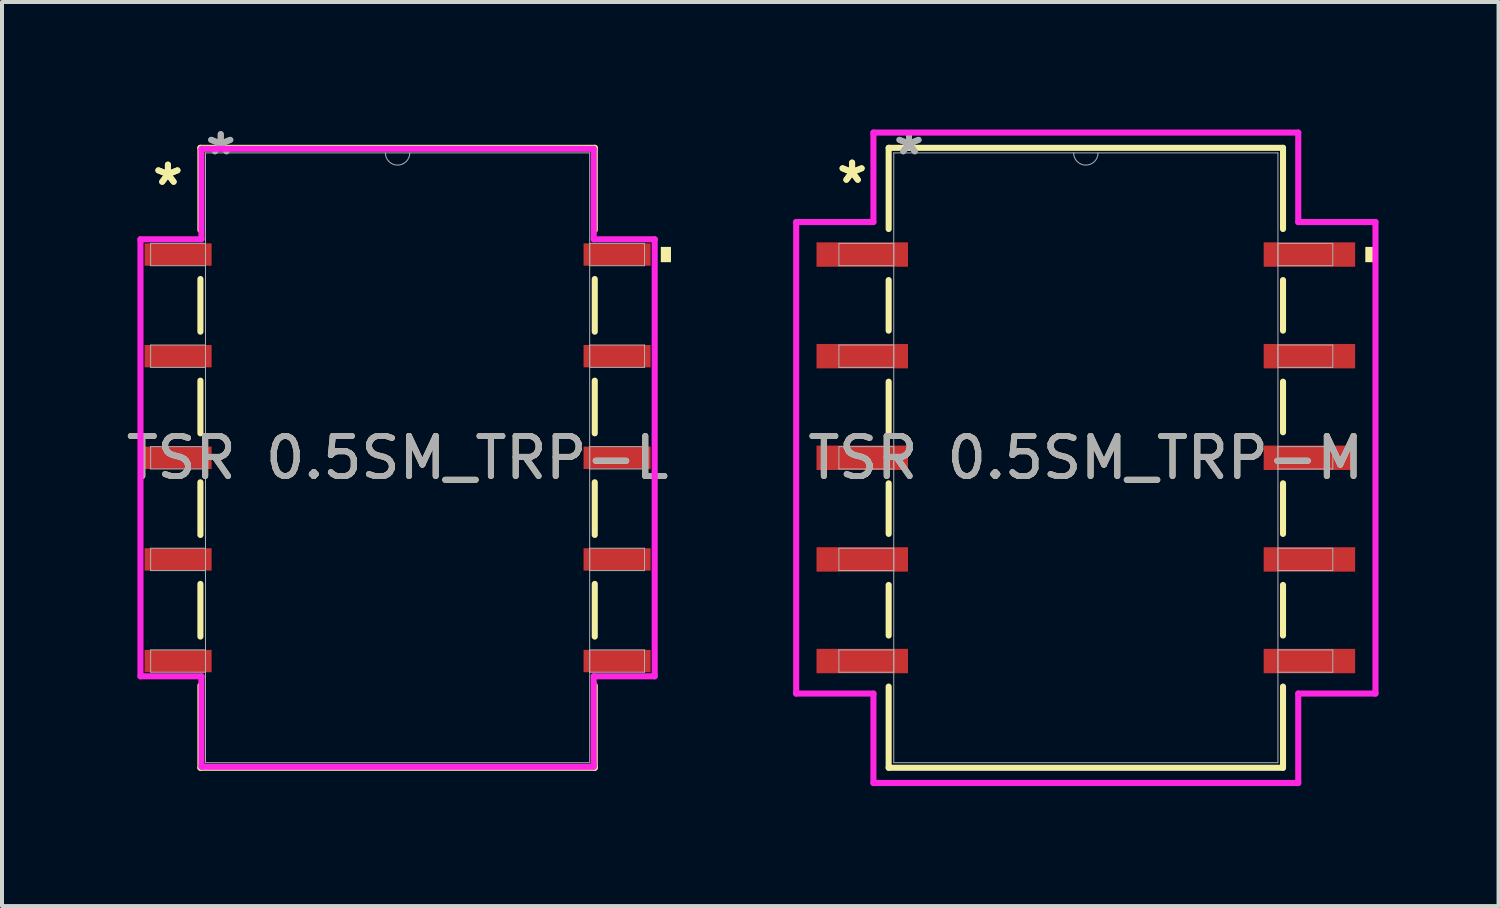
<source format=kicad_pcb>
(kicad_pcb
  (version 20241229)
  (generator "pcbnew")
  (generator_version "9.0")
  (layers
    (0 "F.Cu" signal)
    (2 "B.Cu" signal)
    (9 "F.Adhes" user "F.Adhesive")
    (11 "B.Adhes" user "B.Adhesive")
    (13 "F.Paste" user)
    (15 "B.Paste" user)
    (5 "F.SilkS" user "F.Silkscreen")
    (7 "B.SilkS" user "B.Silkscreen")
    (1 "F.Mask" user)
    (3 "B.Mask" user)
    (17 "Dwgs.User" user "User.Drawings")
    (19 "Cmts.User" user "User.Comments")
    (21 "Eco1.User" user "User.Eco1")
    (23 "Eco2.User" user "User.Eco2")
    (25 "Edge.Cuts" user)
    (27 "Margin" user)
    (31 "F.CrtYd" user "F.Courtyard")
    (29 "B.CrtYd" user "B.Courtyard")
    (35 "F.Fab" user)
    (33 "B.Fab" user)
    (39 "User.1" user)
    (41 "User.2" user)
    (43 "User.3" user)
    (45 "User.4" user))
  (footprint "TSR 0.5SM_TRP-M"
    (layer "F.Cu")
    (at 24.089 8.392)
    (property "Reference" "TSR 0.5SM_TRP-M" (at 0 0 0) (unlocked yes) (layer "F.SilkS") (effects (font (size 1 1) (thickness 0.15))))
    (attr smd)
    (fp_line (start -4.928 -7.747) (end -4.928 -5.718) (stroke (width 0.152) (type solid)) (layer "F.SilkS"))
    (fp_line (start -4.928 -4.442) (end -4.928 -3.178) (stroke (width 0.152) (type solid)) (layer "F.SilkS"))
    (fp_line (start -4.928 -1.902) (end -4.928 -0.638) (stroke (width 0.152) (type solid)) (layer "F.SilkS"))
    (fp_line (start -4.928 0.638) (end -4.928 1.902) (stroke (width 0.152) (type solid)) (layer "F.SilkS"))
    (fp_line (start -4.928 3.178) (end -4.928 4.442) (stroke (width 0.152) (type solid)) (layer "F.SilkS"))
    (fp_line (start -4.928 5.718) (end -4.928 7.747) (stroke (width 0.152) (type solid)) (layer "F.SilkS"))
    (fp_line (start -4.928 7.747) (end 4.928 7.747) (stroke (width 0.152) (type solid)) (layer "F.SilkS"))
    (fp_line (start 4.928 -7.747) (end -4.928 -7.747) (stroke (width 0.152) (type solid)) (layer "F.SilkS"))
    (fp_line (start 4.928 -5.718) (end 4.928 -7.747) (stroke (width 0.152) (type solid)) (layer "F.SilkS"))
    (fp_line (start 4.928 -3.178) (end 4.928 -4.442) (stroke (width 0.152) (type solid)) (layer "F.SilkS"))
    (fp_line (start 4.928 -0.638) (end 4.928 -1.902) (stroke (width 0.152) (type solid)) (layer "F.SilkS"))
    (fp_line (start 4.928 1.902) (end 4.928 0.638) (stroke (width 0.152) (type solid)) (layer "F.SilkS"))
    (fp_line (start 4.928 4.442) (end 4.928 3.178) (stroke (width 0.152) (type solid)) (layer "F.SilkS"))
    (fp_line (start 4.928 7.747) (end 4.928 5.718) (stroke (width 0.152) (type solid)) (layer "F.SilkS"))
    (fp_poly (pts (xy 7.239 -5.271) (xy 7.239 -4.889) (xy 6.985 -4.889) (xy 6.985 -5.271)) (stroke (width 0) (type solid)) (fill yes) (layer "F.SilkS"))
    (fp_line (start -7.239 -5.893) (end -5.309 -5.893) (stroke (width 0.152) (type solid)) (layer "F.CrtYd"))
    (fp_line (start -7.239 5.893) (end -7.239 -5.893) (stroke (width 0.152) (type solid)) (layer "F.CrtYd"))
    (fp_line (start -7.239 5.893) (end -5.309 5.893) (stroke (width 0.152) (type solid)) (layer "F.CrtYd"))
    (fp_line (start -5.309 -8.128) (end 5.309 -8.128) (stroke (width 0.152) (type solid)) (layer "F.CrtYd"))
    (fp_line (start -5.309 -5.893) (end -5.309 -8.128) (stroke (width 0.152) (type solid)) (layer "F.CrtYd"))
    (fp_line (start -5.309 8.128) (end -5.309 5.893) (stroke (width 0.152) (type solid)) (layer "F.CrtYd"))
    (fp_line (start 5.309 -8.128) (end 5.309 -5.893) (stroke (width 0.152) (type solid)) (layer "F.CrtYd"))
    (fp_line (start 5.309 5.893) (end 5.309 8.128) (stroke (width 0.152) (type solid)) (layer "F.CrtYd"))
    (fp_line (start 5.309 8.128) (end -5.309 8.128) (stroke (width 0.152) (type solid)) (layer "F.CrtYd"))
    (fp_line (start 7.239 -5.893) (end 5.309 -5.893) (stroke (width 0.152) (type solid)) (layer "F.CrtYd"))
    (fp_line (start 7.239 -5.893) (end 7.239 5.893) (stroke (width 0.152) (type solid)) (layer "F.CrtYd"))
    (fp_line (start 7.239 5.893) (end 5.309 5.893) (stroke (width 0.152) (type solid)) (layer "F.CrtYd"))
    (fp_line (start -6.172 -5.359) (end -6.172 -4.801) (stroke (width 0.025) (type solid)) (layer "F.Fab"))
    (fp_line (start -6.172 -4.801) (end -4.801 -4.801) (stroke (width 0.025) (type solid)) (layer "F.Fab"))
    (fp_line (start -6.172 -2.819) (end -6.172 -2.261) (stroke (width 0.025) (type solid)) (layer "F.Fab"))
    (fp_line (start -6.172 -2.261) (end -4.801 -2.261) (stroke (width 0.025) (type solid)) (layer "F.Fab"))
    (fp_line (start -6.172 -0.279) (end -6.172 0.279) (stroke (width 0.025) (type solid)) (layer "F.Fab"))
    (fp_line (start -6.172 0.279) (end -4.801 0.279) (stroke (width 0.025) (type solid)) (layer "F.Fab"))
    (fp_line (start -6.172 2.261) (end -6.172 2.819) (stroke (width 0.025) (type solid)) (layer "F.Fab"))
    (fp_line (start -6.172 2.819) (end -4.801 2.819) (stroke (width 0.025) (type solid)) (layer "F.Fab"))
    (fp_line (start -6.172 4.801) (end -6.172 5.359) (stroke (width 0.025) (type solid)) (layer "F.Fab"))
    (fp_line (start -6.172 5.359) (end -4.801 5.359) (stroke (width 0.025) (type solid)) (layer "F.Fab"))
    (fp_line (start -4.801 -7.62) (end -4.801 7.62) (stroke (width 0.025) (type solid)) (layer "F.Fab"))
    (fp_line (start -4.801 -5.359) (end -6.172 -5.359) (stroke (width 0.025) (type solid)) (layer "F.Fab"))
    (fp_line (start -4.801 -4.801) (end -4.801 -5.359) (stroke (width 0.025) (type solid)) (layer "F.Fab"))
    (fp_line (start -4.801 -2.819) (end -6.172 -2.819) (stroke (width 0.025) (type solid)) (layer "F.Fab"))
    (fp_line (start -4.801 -2.261) (end -4.801 -2.819) (stroke (width 0.025) (type solid)) (layer "F.Fab"))
    (fp_line (start -4.801 -0.279) (end -6.172 -0.279) (stroke (width 0.025) (type solid)) (layer "F.Fab"))
    (fp_line (start -4.801 0.279) (end -4.801 -0.279) (stroke (width 0.025) (type solid)) (layer "F.Fab"))
    (fp_line (start -4.801 2.261) (end -6.172 2.261) (stroke (width 0.025) (type solid)) (layer "F.Fab"))
    (fp_line (start -4.801 2.819) (end -4.801 2.261) (stroke (width 0.025) (type solid)) (layer "F.Fab"))
    (fp_line (start -4.801 4.801) (end -6.172 4.801) (stroke (width 0.025) (type solid)) (layer "F.Fab"))
    (fp_line (start -4.801 5.359) (end -4.801 4.801) (stroke (width 0.025) (type solid)) (layer "F.Fab"))
    (fp_line (start -4.801 7.62) (end 4.801 7.62) (stroke (width 0.025) (type solid)) (layer "F.Fab"))
    (fp_line (start 4.801 -7.62) (end -4.801 -7.62) (stroke (width 0.025) (type solid)) (layer "F.Fab"))
    (fp_line (start 4.801 -5.359) (end 4.801 -4.801) (stroke (width 0.025) (type solid)) (layer "F.Fab"))
    (fp_line (start 4.801 -4.801) (end 6.172 -4.801) (stroke (width 0.025) (type solid)) (layer "F.Fab"))
    (fp_line (start 4.801 -2.819) (end 4.801 -2.261) (stroke (width 0.025) (type solid)) (layer "F.Fab"))
    (fp_line (start 4.801 -2.261) (end 6.172 -2.261) (stroke (width 0.025) (type solid)) (layer "F.Fab"))
    (fp_line (start 4.801 -0.279) (end 4.801 0.279) (stroke (width 0.025) (type solid)) (layer "F.Fab"))
    (fp_line (start 4.801 0.279) (end 6.172 0.279) (stroke (width 0.025) (type solid)) (layer "F.Fab"))
    (fp_line (start 4.801 2.261) (end 4.801 2.819) (stroke (width 0.025) (type solid)) (layer "F.Fab"))
    (fp_line (start 4.801 2.819) (end 6.172 2.819) (stroke (width 0.025) (type solid)) (layer "F.Fab"))
    (fp_line (start 4.801 4.801) (end 4.801 5.359) (stroke (width 0.025) (type solid)) (layer "F.Fab"))
    (fp_line (start 4.801 5.359) (end 6.172 5.359) (stroke (width 0.025) (type solid)) (layer "F.Fab"))
    (fp_line (start 4.801 7.62) (end 4.801 -7.62) (stroke (width 0.025) (type solid)) (layer "F.Fab"))
    (fp_line (start 6.172 -5.359) (end 4.801 -5.359) (stroke (width 0.025) (type solid)) (layer "F.Fab"))
    (fp_line (start 6.172 -4.801) (end 6.172 -5.359) (stroke (width 0.025) (type solid)) (layer "F.Fab"))
    (fp_line (start 6.172 -2.819) (end 4.801 -2.819) (stroke (width 0.025) (type solid)) (layer "F.Fab"))
    (fp_line (start 6.172 -2.261) (end 6.172 -2.819) (stroke (width 0.025) (type solid)) (layer "F.Fab"))
    (fp_line (start 6.172 -0.279) (end 4.801 -0.279) (stroke (width 0.025) (type solid)) (layer "F.Fab"))
    (fp_line (start 6.172 0.279) (end 6.172 -0.279) (stroke (width 0.025) (type solid)) (layer "F.Fab"))
    (fp_line (start 6.172 2.261) (end 4.801 2.261) (stroke (width 0.025) (type solid)) (layer "F.Fab"))
    (fp_line (start 6.172 2.819) (end 6.172 2.261) (stroke (width 0.025) (type solid)) (layer "F.Fab"))
    (fp_line (start 6.172 4.801) (end 4.801 4.801) (stroke (width 0.025) (type solid)) (layer "F.Fab"))
    (fp_line (start 6.172 5.359) (end 6.172 4.801) (stroke (width 0.025) (type solid)) (layer "F.Fab"))
    (fp_arc (start 0.3048 -7.62) (mid 0 -7.3152) (end -0.3048 -7.62) (stroke (width 0.0254) (type solid)) (layer "F.Fab"))
    (fp_text user "*" (at -5.842 -6.833 0) (layer "F.SilkS") (effects (font (size 1 1) (thickness 0.15))))
    (fp_text user "*" (at -5.842 -6.833 0) (unlocked yes) (layer "F.SilkS") (effects (font (size 1 1) (thickness 0.15))))
    (fp_text user "${REFERENCE}" (at 0 0 0) (unlocked yes) (layer "F.Fab") (effects (font (size 1 1) (thickness 0.15))))
    (fp_text user "*" (at -4.42 -7.544 0) (layer "F.Fab") (effects (font (size 1 1) (thickness 0.15))))
    (fp_text user "*" (at -4.42 -7.544 0) (unlocked yes) (layer "F.Fab") (effects (font (size 1 1) (thickness 0.15))))
    (pad "1" smd rect (at -5.588 -5.08) (size 2.286 0.61) (layers "F.Cu" "F.Mask" "F.Paste"))
    (pad "2" smd rect (at -5.588 -2.54) (size 2.286 0.61) (layers "F.Cu" "F.Mask" "F.Paste"))
    (pad "3" smd rect (at -5.588 0) (size 2.286 0.61) (layers "F.Cu" "F.Mask" "F.Paste"))
    (pad "4" smd rect (at -5.588 2.54) (size 2.286 0.61) (layers "F.Cu" "F.Mask" "F.Paste"))
    (pad "5" smd rect (at -5.588 5.08) (size 2.286 0.61) (layers "F.Cu" "F.Mask" "F.Paste"))
    (pad "6" smd rect (at 5.588 5.08) (size 2.286 0.61) (layers "F.Cu" "F.Mask" "F.Paste"))
    (pad "7" smd rect (at 5.588 2.54) (size 2.286 0.61) (layers "F.Cu" "F.Mask" "F.Paste"))
    (pad "8" smd rect (at 5.588 0) (size 2.286 0.61) (layers "F.Cu" "F.Mask" "F.Paste"))
    (pad "9" smd rect (at 5.588 -2.54) (size 2.286 0.61) (layers "F.Cu" "F.Mask" "F.Paste"))
    (pad "10" smd rect (at 5.588 -5.08) (size 2.286 0.61) (layers "F.Cu" "F.Mask" "F.Paste")))
  (footprint "TSR 0.5SM_TRP-L"
    (layer "F.Cu")
    (at 6.887 8.392)
    (property "Reference" "TSR 0.5SM_TRP-L" (at 0 0 0) (unlocked yes) (layer "F.SilkS") (effects (font (size 1 1) (thickness 0.15))))
    (attr smd)
    (fp_line (start -4.928 -7.747) (end -4.928 -5.692) (stroke (width 0.152) (type solid)) (layer "F.SilkS"))
    (fp_line (start -4.928 -4.468) (end -4.928 -3.152) (stroke (width 0.152) (type solid)) (layer "F.SilkS"))
    (fp_line (start -4.928 -1.928) (end -4.928 -0.612) (stroke (width 0.152) (type solid)) (layer "F.SilkS"))
    (fp_line (start -4.928 0.612) (end -4.928 1.928) (stroke (width 0.152) (type solid)) (layer "F.SilkS"))
    (fp_line (start -4.928 3.152) (end -4.928 4.468) (stroke (width 0.152) (type solid)) (layer "F.SilkS"))
    (fp_line (start -4.928 5.692) (end -4.928 7.747) (stroke (width 0.152) (type solid)) (layer "F.SilkS"))
    (fp_line (start -4.928 7.747) (end 4.928 7.747) (stroke (width 0.152) (type solid)) (layer "F.SilkS"))
    (fp_line (start 4.928 -7.747) (end -4.928 -7.747) (stroke (width 0.152) (type solid)) (layer "F.SilkS"))
    (fp_line (start 4.928 -5.692) (end 4.928 -7.747) (stroke (width 0.152) (type solid)) (layer "F.SilkS"))
    (fp_line (start 4.928 -3.152) (end 4.928 -4.468) (stroke (width 0.152) (type solid)) (layer "F.SilkS"))
    (fp_line (start 4.928 -0.612) (end 4.928 -1.928) (stroke (width 0.152) (type solid)) (layer "F.SilkS"))
    (fp_line (start 4.928 1.928) (end 4.928 0.612) (stroke (width 0.152) (type solid)) (layer "F.SilkS"))
    (fp_line (start 4.928 4.468) (end 4.928 3.152) (stroke (width 0.152) (type solid)) (layer "F.SilkS"))
    (fp_line (start 4.928 7.747) (end 4.928 5.692) (stroke (width 0.152) (type solid)) (layer "F.SilkS"))
    (fp_poly (pts (xy 6.833 -5.271) (xy 6.833 -4.889) (xy 6.579 -4.889) (xy 6.579 -5.271)) (stroke (width 0) (type solid)) (fill yes) (layer "F.SilkS"))
    (fp_line (start -6.426 -5.461) (end -4.902 -5.461) (stroke (width 0.152) (type solid)) (layer "F.CrtYd"))
    (fp_line (start -6.426 5.461) (end -6.426 -5.461) (stroke (width 0.152) (type solid)) (layer "F.CrtYd"))
    (fp_line (start -6.426 5.461) (end -4.902 5.461) (stroke (width 0.152) (type solid)) (layer "F.CrtYd"))
    (fp_line (start -4.902 -7.722) (end 4.902 -7.722) (stroke (width 0.152) (type solid)) (layer "F.CrtYd"))
    (fp_line (start -4.902 -5.461) (end -4.902 -7.722) (stroke (width 0.152) (type solid)) (layer "F.CrtYd"))
    (fp_line (start -4.902 7.722) (end -4.902 5.461) (stroke (width 0.152) (type solid)) (layer "F.CrtYd"))
    (fp_line (start 4.902 -7.722) (end 4.902 -5.461) (stroke (width 0.152) (type solid)) (layer "F.CrtYd"))
    (fp_line (start 4.902 5.461) (end 4.902 7.722) (stroke (width 0.152) (type solid)) (layer "F.CrtYd"))
    (fp_line (start 4.902 7.722) (end -4.902 7.722) (stroke (width 0.152) (type solid)) (layer "F.CrtYd"))
    (fp_line (start 6.426 -5.461) (end 4.902 -5.461) (stroke (width 0.152) (type solid)) (layer "F.CrtYd"))
    (fp_line (start 6.426 -5.461) (end 6.426 5.461) (stroke (width 0.152) (type solid)) (layer "F.CrtYd"))
    (fp_line (start 6.426 5.461) (end 4.902 5.461) (stroke (width 0.152) (type solid)) (layer "F.CrtYd"))
    (fp_line (start -6.172 -5.359) (end -6.172 -4.801) (stroke (width 0.025) (type solid)) (layer "F.Fab"))
    (fp_line (start -6.172 -4.801) (end -4.801 -4.801) (stroke (width 0.025) (type solid)) (layer "F.Fab"))
    (fp_line (start -6.172 -2.819) (end -6.172 -2.261) (stroke (width 0.025) (type solid)) (layer "F.Fab"))
    (fp_line (start -6.172 -2.261) (end -4.801 -2.261) (stroke (width 0.025) (type solid)) (layer "F.Fab"))
    (fp_line (start -6.172 -0.279) (end -6.172 0.279) (stroke (width 0.025) (type solid)) (layer "F.Fab"))
    (fp_line (start -6.172 0.279) (end -4.801 0.279) (stroke (width 0.025) (type solid)) (layer "F.Fab"))
    (fp_line (start -6.172 2.261) (end -6.172 2.819) (stroke (width 0.025) (type solid)) (layer "F.Fab"))
    (fp_line (start -6.172 2.819) (end -4.801 2.819) (stroke (width 0.025) (type solid)) (layer "F.Fab"))
    (fp_line (start -6.172 4.801) (end -6.172 5.359) (stroke (width 0.025) (type solid)) (layer "F.Fab"))
    (fp_line (start -6.172 5.359) (end -4.801 5.359) (stroke (width 0.025) (type solid)) (layer "F.Fab"))
    (fp_line (start -4.801 -7.62) (end -4.801 7.62) (stroke (width 0.025) (type solid)) (layer "F.Fab"))
    (fp_line (start -4.801 -5.359) (end -6.172 -5.359) (stroke (width 0.025) (type solid)) (layer "F.Fab"))
    (fp_line (start -4.801 -4.801) (end -4.801 -5.359) (stroke (width 0.025) (type solid)) (layer "F.Fab"))
    (fp_line (start -4.801 -2.819) (end -6.172 -2.819) (stroke (width 0.025) (type solid)) (layer "F.Fab"))
    (fp_line (start -4.801 -2.261) (end -4.801 -2.819) (stroke (width 0.025) (type solid)) (layer "F.Fab"))
    (fp_line (start -4.801 -0.279) (end -6.172 -0.279) (stroke (width 0.025) (type solid)) (layer "F.Fab"))
    (fp_line (start -4.801 0.279) (end -4.801 -0.279) (stroke (width 0.025) (type solid)) (layer "F.Fab"))
    (fp_line (start -4.801 2.261) (end -6.172 2.261) (stroke (width 0.025) (type solid)) (layer "F.Fab"))
    (fp_line (start -4.801 2.819) (end -4.801 2.261) (stroke (width 0.025) (type solid)) (layer "F.Fab"))
    (fp_line (start -4.801 4.801) (end -6.172 4.801) (stroke (width 0.025) (type solid)) (layer "F.Fab"))
    (fp_line (start -4.801 5.359) (end -4.801 4.801) (stroke (width 0.025) (type solid)) (layer "F.Fab"))
    (fp_line (start -4.801 7.62) (end 4.801 7.62) (stroke (width 0.025) (type solid)) (layer "F.Fab"))
    (fp_line (start 4.801 -7.62) (end -4.801 -7.62) (stroke (width 0.025) (type solid)) (layer "F.Fab"))
    (fp_line (start 4.801 -5.359) (end 4.801 -4.801) (stroke (width 0.025) (type solid)) (layer "F.Fab"))
    (fp_line (start 4.801 -4.801) (end 6.172 -4.801) (stroke (width 0.025) (type solid)) (layer "F.Fab"))
    (fp_line (start 4.801 -2.819) (end 4.801 -2.261) (stroke (width 0.025) (type solid)) (layer "F.Fab"))
    (fp_line (start 4.801 -2.261) (end 6.172 -2.261) (stroke (width 0.025) (type solid)) (layer "F.Fab"))
    (fp_line (start 4.801 -0.279) (end 4.801 0.279) (stroke (width 0.025) (type solid)) (layer "F.Fab"))
    (fp_line (start 4.801 0.279) (end 6.172 0.279) (stroke (width 0.025) (type solid)) (layer "F.Fab"))
    (fp_line (start 4.801 2.261) (end 4.801 2.819) (stroke (width 0.025) (type solid)) (layer "F.Fab"))
    (fp_line (start 4.801 2.819) (end 6.172 2.819) (stroke (width 0.025) (type solid)) (layer "F.Fab"))
    (fp_line (start 4.801 4.801) (end 4.801 5.359) (stroke (width 0.025) (type solid)) (layer "F.Fab"))
    (fp_line (start 4.801 5.359) (end 6.172 5.359) (stroke (width 0.025) (type solid)) (layer "F.Fab"))
    (fp_line (start 4.801 7.62) (end 4.801 -7.62) (stroke (width 0.025) (type solid)) (layer "F.Fab"))
    (fp_line (start 6.172 -5.359) (end 4.801 -5.359) (stroke (width 0.025) (type solid)) (layer "F.Fab"))
    (fp_line (start 6.172 -4.801) (end 6.172 -5.359) (stroke (width 0.025) (type solid)) (layer "F.Fab"))
    (fp_line (start 6.172 -2.819) (end 4.801 -2.819) (stroke (width 0.025) (type solid)) (layer "F.Fab"))
    (fp_line (start 6.172 -2.261) (end 6.172 -2.819) (stroke (width 0.025) (type solid)) (layer "F.Fab"))
    (fp_line (start 6.172 -0.279) (end 4.801 -0.279) (stroke (width 0.025) (type solid)) (layer "F.Fab"))
    (fp_line (start 6.172 0.279) (end 6.172 -0.279) (stroke (width 0.025) (type solid)) (layer "F.Fab"))
    (fp_line (start 6.172 2.261) (end 4.801 2.261) (stroke (width 0.025) (type solid)) (layer "F.Fab"))
    (fp_line (start 6.172 2.819) (end 6.172 2.261) (stroke (width 0.025) (type solid)) (layer "F.Fab"))
    (fp_line (start 6.172 4.801) (end 4.801 4.801) (stroke (width 0.025) (type solid)) (layer "F.Fab"))
    (fp_line (start 6.172 5.359) (end 6.172 4.801) (stroke (width 0.025) (type solid)) (layer "F.Fab"))
    (fp_arc (start 0.3048 -7.62) (mid 0 -7.3152) (end -0.3048 -7.62) (stroke (width 0.0254) (type solid)) (layer "F.Fab"))
    (fp_text user "*" (at -5.74 -6.782 0) (layer "F.SilkS") (effects (font (size 1 1) (thickness 0.15))))
    (fp_text user "*" (at -5.74 -6.782 0) (unlocked yes) (layer "F.SilkS") (effects (font (size 1 1) (thickness 0.15))))
    (fp_text user "*" (at -4.42 -7.544 0) (unlocked yes) (layer "F.Fab") (effects (font (size 1 1) (thickness 0.15))))
    (fp_text user "*" (at -4.42 -7.544 0) (layer "F.Fab") (effects (font (size 1 1) (thickness 0.15))))
    (fp_text user "${REFERENCE}" (at 0 0 0) (unlocked yes) (layer "F.Fab") (effects (font (size 1 1) (thickness 0.15))))
    (pad "1" smd rect (at -5.486 -5.08) (size 1.676 0.559) (layers "F.Cu" "F.Mask" "F.Paste"))
    (pad "2" smd rect (at -5.486 -2.54) (size 1.676 0.559) (layers "F.Cu" "F.Mask" "F.Paste"))
    (pad "3" smd rect (at -5.486 0) (size 1.676 0.559) (layers "F.Cu" "F.Mask" "F.Paste"))
    (pad "4" smd rect (at -5.486 2.54) (size 1.676 0.559) (layers "F.Cu" "F.Mask" "F.Paste"))
    (pad "5" smd rect (at -5.486 5.08) (size 1.676 0.559) (layers "F.Cu" "F.Mask" "F.Paste"))
    (pad "6" smd rect (at 5.486 5.08) (size 1.676 0.559) (layers "F.Cu" "F.Mask" "F.Paste"))
    (pad "7" smd rect (at 5.486 2.54) (size 1.676 0.559) (layers "F.Cu" "F.Mask" "F.Paste"))
    (pad "8" smd rect (at 5.486 0) (size 1.676 0.559) (layers "F.Cu" "F.Mask" "F.Paste"))
    (pad "9" smd rect (at 5.486 -2.54) (size 1.676 0.559) (layers "F.Cu" "F.Mask" "F.Paste"))
    (pad "10" smd rect (at 5.486 -5.08) (size 1.676 0.559) (layers "F.Cu" "F.Mask" "F.Paste")))
  (gr_rect
    (start -3 -3)
    (end 34.404 19.596)
    (stroke (width 0.1) (type default))
    (fill no)
    (layer "Edge.Cuts")))
</source>
